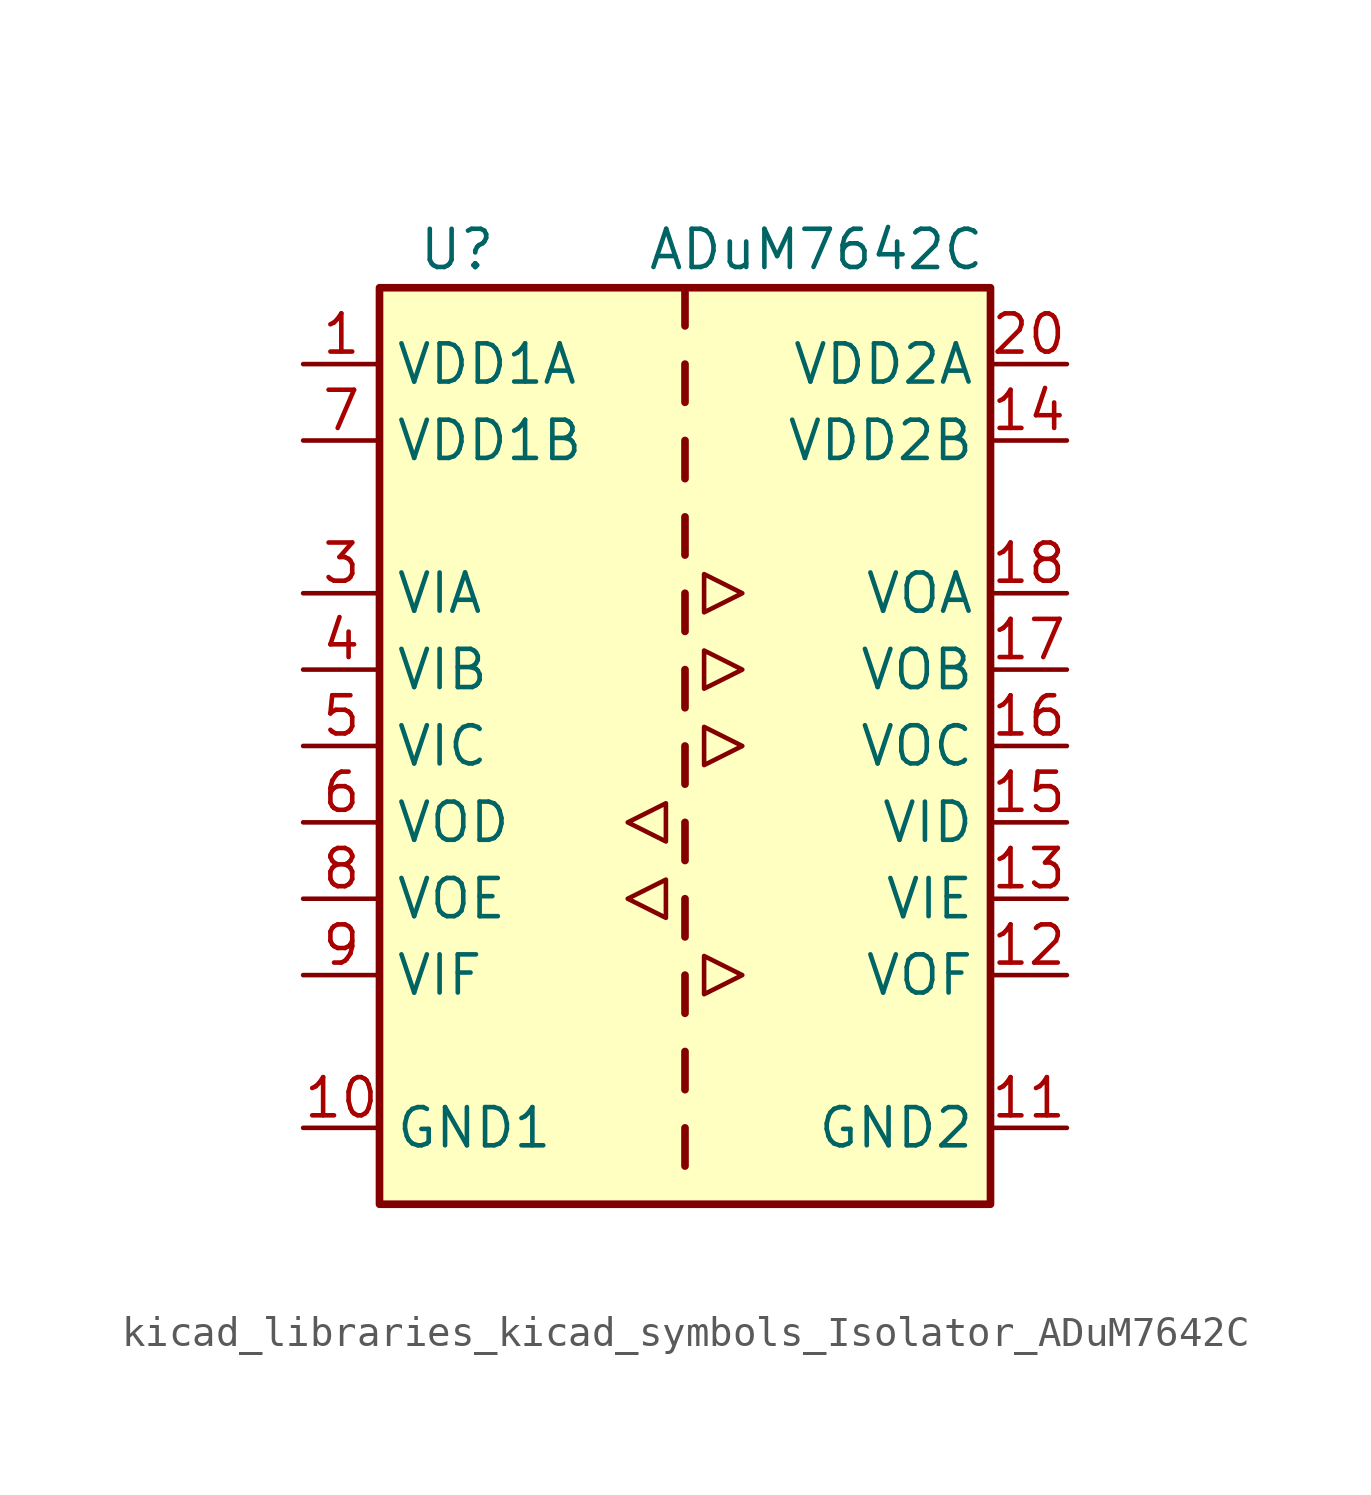
<source format=kicad_sym>
(kicad_symbol_lib
  (version 20220914)
  (generator kicad_symbol_editor)
  (symbol "kicad_libraries_kicad_symbols_Isolator_ADuM7642C"
    (property "Reference" "U"
      (at -8.89 16.51 0)
      (effects (font (size 1.27 1.27)) (justify left)))
    (property "Value" "ADuM7642C"
      (at -1.27 16.51 0)
      (effects (font (size 1.27 1.27)) (justify left)))
    (symbol "kicad_libraries_kicad_symbols_Isolator_ADuM7642C_0_1"
      (polyline (pts (xy -1.905 -5.08) (xy -0.635 -4.445) (xy -0.635 -5.715) (xy -1.905 -5.08)) (stroke (width 0) (type default)) (fill (type none)))
      (polyline (pts (xy -1.905 -2.54) (xy -0.635 -1.905) (xy -0.635 -3.175) (xy -1.905 -2.54)) (stroke (width 0) (type default)) (fill (type none)))
      (polyline (pts (xy 0.635 -6.985) (xy 0.635 -8.255) (xy 1.905 -7.62) (xy 0.635 -6.985)) (stroke (width 0) (type default)) (fill (type none)))
      (polyline (pts (xy 0.635 3.175) (xy 0.635 1.905) (xy 1.905 2.54) (xy 0.635 3.175)) (stroke (width 0) (type default)) (fill (type none)))
      (polyline (pts (xy 0.635 5.715) (xy 0.635 4.445) (xy 1.905 5.08) (xy 0.635 5.715)) (stroke (width 0) (type default)) (fill (type none)))
      (polyline (pts (xy 1.905 0) (xy 0.635 -0.635) (xy 0.635 0.635) (xy 1.905 0)) (stroke (width 0) (type default)) (fill (type none))))
    (symbol "kicad_libraries_kicad_symbols_Isolator_ADuM7642C_1_1"
      (rectangle (start -10.16 15.24) (end 10.16 -15.24) (stroke (width 0.254) (type default)) (fill (type background)))
      (polyline (pts (xy 0 -12.7) (xy 0 -13.97)) (stroke (width 0.254) (type default)) (fill (type none)))
      (polyline (pts (xy 0 -10.16) (xy 0 -11.43)) (stroke (width 0.254) (type default)) (fill (type none)))
      (polyline (pts (xy 0 -7.62) (xy 0 -8.89)) (stroke (width 0.254) (type default)) (fill (type none)))
      (polyline (pts (xy 0 -5.08) (xy 0 -6.35)) (stroke (width 0.254) (type default)) (fill (type none)))
      (polyline (pts (xy 0 -2.54) (xy 0 -3.81)) (stroke (width 0.254) (type default)) (fill (type none)))
      (polyline (pts (xy 0 0) (xy 0 -1.27)) (stroke (width 0.254) (type default)) (fill (type none)))
      (polyline (pts (xy 0 2.54) (xy 0 1.27)) (stroke (width 0.254) (type default)) (fill (type none)))
      (polyline (pts (xy 0 5.08) (xy 0 3.81)) (stroke (width 0.254) (type default)) (fill (type none)))
      (polyline (pts (xy 0 7.62) (xy 0 6.35)) (stroke (width 0.254) (type default)) (fill (type none)))
      (polyline (pts (xy 0 10.16) (xy 0 8.89)) (stroke (width 0.254) (type default)) (fill (type none)))
      (polyline (pts (xy 0 12.7) (xy 0 11.43)) (stroke (width 0.254) (type default)) (fill (type none)))
      (polyline (pts (xy 0 15.24) (xy 0 13.97)) (stroke (width 0.254) (type default)) (fill (type none)))
      (pin power_in line (at -12.7 12.7 0) (length 2.54) (name "VDD1A" (effects (font (size 1.27 1.27)))) (number "1" (effects (font (size 1.27 1.27)))))
      (pin power_in line (at -12.7 -12.7 0) (length 2.54) (name "GND1" (effects (font (size 1.27 1.27)))) (number "10" (effects (font (size 1.27 1.27)))))
      (pin power_in line (at 12.7 -12.7 180) (length 2.54) (name "GND2" (effects (font (size 1.27 1.27)))) (number "11" (effects (font (size 1.27 1.27)))))
      (pin output line (at 12.7 -7.62 180) (length 2.54) (name "VOF" (effects (font (size 1.27 1.27)))) (number "12" (effects (font (size 1.27 1.27)))))
      (pin input line (at 12.7 -5.08 180) (length 2.54) (name "VIE" (effects (font (size 1.27 1.27)))) (number "13" (effects (font (size 1.27 1.27)))))
      (pin power_in line (at 12.7 10.16 180) (length 2.54) (name "VDD2B" (effects (font (size 1.27 1.27)))) (number "14" (effects (font (size 1.27 1.27)))))
      (pin input line (at 12.7 -2.54 180) (length 2.54) (name "VID" (effects (font (size 1.27 1.27)))) (number "15" (effects (font (size 1.27 1.27)))))
      (pin output line (at 12.7 0 180) (length 2.54) (name "VOC" (effects (font (size 1.27 1.27)))) (number "16" (effects (font (size 1.27 1.27)))))
      (pin output line (at 12.7 2.54 180) (length 2.54) (name "VOB" (effects (font (size 1.27 1.27)))) (number "17" (effects (font (size 1.27 1.27)))))
      (pin output line (at 12.7 5.08 180) (length 2.54) (name "VOA" (effects (font (size 1.27 1.27)))) (number "18" (effects (font (size 1.27 1.27)))))
      (pin passive line (at 12.7 -12.7 180) (length 2.54) hide (name "GND2" (effects (font (size 1.27 1.27)))) (number "19" (effects (font (size 1.27 1.27)))))
      (pin passive line (at -12.7 -12.7 0) (length 2.54) hide (name "GND1" (effects (font (size 1.27 1.27)))) (number "2" (effects (font (size 1.27 1.27)))))
      (pin power_in line (at 12.7 12.7 180) (length 2.54) (name "VDD2A" (effects (font (size 1.27 1.27)))) (number "20" (effects (font (size 1.27 1.27)))))
      (pin input line (at -12.7 5.08 0) (length 2.54) (name "VIA" (effects (font (size 1.27 1.27)))) (number "3" (effects (font (size 1.27 1.27)))))
      (pin input line (at -12.7 2.54 0) (length 2.54) (name "VIB" (effects (font (size 1.27 1.27)))) (number "4" (effects (font (size 1.27 1.27)))))
      (pin input line (at -12.7 0 0) (length 2.54) (name "VIC" (effects (font (size 1.27 1.27)))) (number "5" (effects (font (size 1.27 1.27)))))
      (pin output line (at -12.7 -2.54 0) (length 2.54) (name "VOD" (effects (font (size 1.27 1.27)))) (number "6" (effects (font (size 1.27 1.27)))))
      (pin power_in line (at -12.7 10.16 0) (length 2.54) (name "VDD1B" (effects (font (size 1.27 1.27)))) (number "7" (effects (font (size 1.27 1.27)))))
      (pin output line (at -12.7 -5.08 0) (length 2.54) (name "VOE" (effects (font (size 1.27 1.27)))) (number "8" (effects (font (size 1.27 1.27)))))
      (pin input line (at -12.7 -7.62 0) (length 2.54) (name "VIF" (effects (font (size 1.27 1.27)))) (number "9" (effects (font (size 1.27 1.27))))))))
</source>
